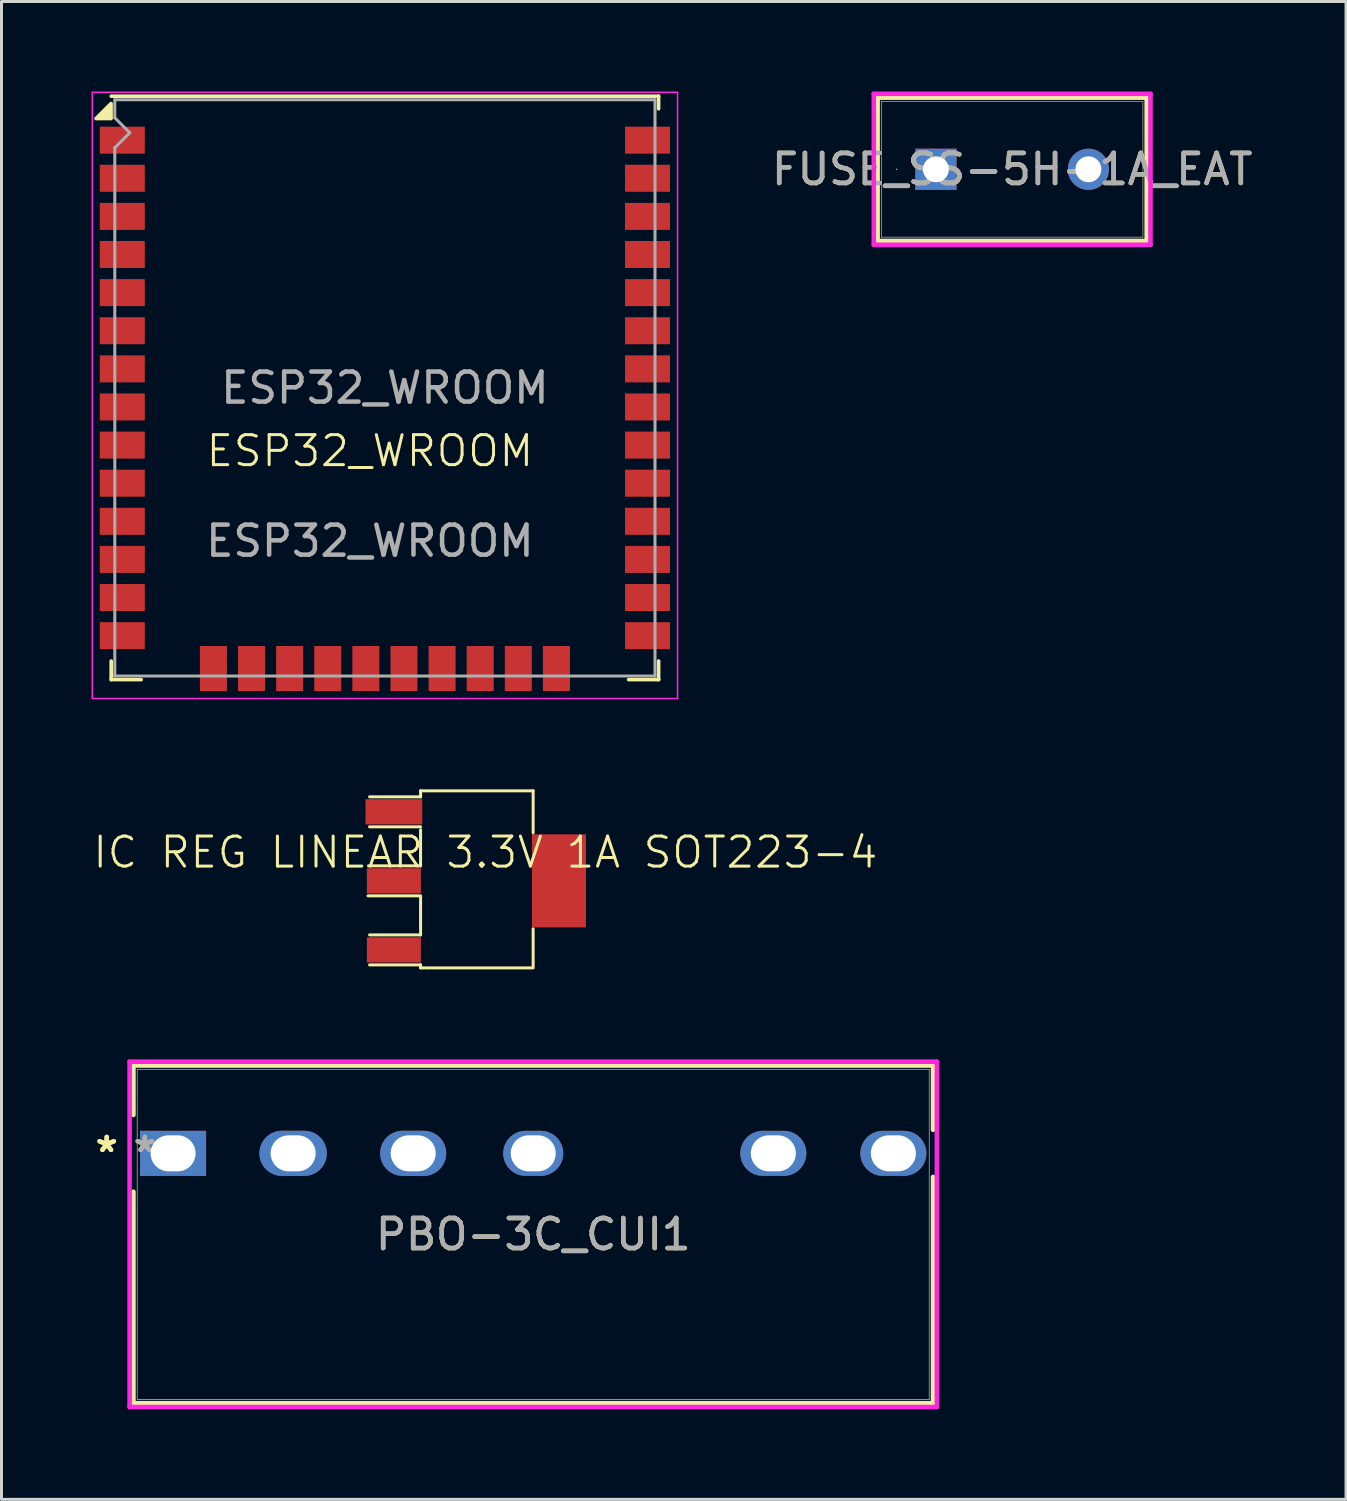
<source format=kicad_pcb>
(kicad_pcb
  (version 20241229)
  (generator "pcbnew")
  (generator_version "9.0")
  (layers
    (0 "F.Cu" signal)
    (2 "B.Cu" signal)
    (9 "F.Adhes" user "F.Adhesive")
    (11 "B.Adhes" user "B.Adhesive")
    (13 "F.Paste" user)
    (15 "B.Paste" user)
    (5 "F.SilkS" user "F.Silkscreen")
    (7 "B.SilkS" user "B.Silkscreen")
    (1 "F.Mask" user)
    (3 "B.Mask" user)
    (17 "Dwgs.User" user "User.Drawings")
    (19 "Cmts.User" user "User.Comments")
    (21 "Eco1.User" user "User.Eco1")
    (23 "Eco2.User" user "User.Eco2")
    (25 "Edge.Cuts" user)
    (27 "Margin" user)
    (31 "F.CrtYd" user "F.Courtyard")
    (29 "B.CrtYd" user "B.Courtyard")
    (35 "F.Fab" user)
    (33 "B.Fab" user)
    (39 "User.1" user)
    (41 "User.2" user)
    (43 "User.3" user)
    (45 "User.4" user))
  (footprint "ESP32_WROOM"
    (layer "F.Cu")
    (at 9.275 12.475)
    (property "Reference" "ESP32_WROOM" (at 0 -0.5 0) (unlocked yes) (layer "F.SilkS") (effects (font (size 1 1) (thickness 0.1))))
    (attr smd)
    (fp_line (start -8.62 -12.32) (end 9.62 -12.32) (stroke (width 0.12) (type solid)) (layer "F.SilkS"))
    (fp_line (start -8.62 6.5) (end -8.62 7.12) (stroke (width 0.12) (type solid)) (layer "F.SilkS"))
    (fp_line (start -8.62 7.12) (end -7.62 7.12) (stroke (width 0.12) (type solid)) (layer "F.SilkS"))
    (fp_line (start 9.62 -12.32) (end 9.62 -11.9) (stroke (width 0.12) (type solid)) (layer "F.SilkS"))
    (fp_line (start 9.62 6.5) (end 9.62 7.12) (stroke (width 0.12) (type solid)) (layer "F.SilkS"))
    (fp_line (start 9.62 7.12) (end 8.62 7.12) (stroke (width 0.12) (type solid)) (layer "F.SilkS"))
    (fp_poly (pts (xy -8.625 -11.575) (xy -9.125 -11.575) (xy -8.625 -12.075) (xy -8.625 -11.575)) (stroke (width 0.12) (type solid)) (fill yes) (layer "F.SilkS"))
    (fp_line (start -9.25 7.75) (end -9.25 -12.45) (stroke (width 0.05) (type solid)) (layer "F.CrtYd"))
    (fp_line (start -9.25 7.75) (end 10.25 7.75) (stroke (width 0.05) (type solid)) (layer "F.CrtYd"))
    (fp_line (start 10.25 -12.45) (end -9.25 -12.45) (stroke (width 0.05) (type solid)) (layer "F.CrtYd"))
    (fp_line (start 10.25 -12.45) (end 10.25 7.75) (stroke (width 0.05) (type solid)) (layer "F.CrtYd"))
    (fp_line (start -8.5 -12.2) (end -8.5 -11.6) (stroke (width 0.1) (type solid)) (layer "F.Fab"))
    (fp_line (start -8.5 -12.2) (end 9.5 -12.2) (stroke (width 0.1) (type solid)) (layer "F.Fab"))
    (fp_line (start -8.5 -10.6) (end -8.5 7) (stroke (width 0.1) (type solid)) (layer "F.Fab"))
    (fp_line (start -8.5 -10.6) (end -8 -11.1) (stroke (width 0.1) (type solid)) (layer "F.Fab"))
    (fp_line (start -8.5 7) (end 9.5 7) (stroke (width 0.1) (type solid)) (layer "F.Fab"))
    (fp_line (start -8 -11.1) (end -8.5 -11.6) (stroke (width 0.1) (type solid)) (layer "F.Fab"))
    (fp_line (start 9.5 7) (end 9.5 -12.2) (stroke (width 0.1) (type solid)) (layer "F.Fab"))
    (fp_text user "${REFERENCE}" (at 0.5 -2.6 0) (layer "F.Fab") (effects (font (size 1 1) (thickness 0.15))))
    (fp_text user "${REFERENCE}" (at 0 2.5 0) (unlocked yes) (layer "F.Fab") (effects (font (size 1 1) (thickness 0.15))))
    (pad "1" smd rect (at -8.25 -10.855) (size 1.5 0.9) (layers "F.Cu" "F.Mask" "F.Paste"))
    (pad "2" smd rect (at -8.25 -9.585) (size 1.5 0.9) (layers "F.Cu" "F.Mask" "F.Paste"))
    (pad "3" smd rect (at -8.25 -8.315) (size 1.5 0.9) (layers "F.Cu" "F.Mask" "F.Paste"))
    (pad "4" smd rect (at -8.25 -7.045) (size 1.5 0.9) (layers "F.Cu" "F.Mask" "F.Paste"))
    (pad "5" smd rect (at -8.25 -5.775) (size 1.5 0.9) (layers "F.Cu" "F.Mask" "F.Paste"))
    (pad "6" smd rect (at -8.25 -4.505) (size 1.5 0.9) (layers "F.Cu" "F.Mask" "F.Paste"))
    (pad "7" smd rect (at -8.25 -3.235) (size 1.5 0.9) (layers "F.Cu" "F.Mask" "F.Paste"))
    (pad "8" smd rect (at -8.25 -1.965) (size 1.5 0.9) (layers "F.Cu" "F.Mask" "F.Paste"))
    (pad "9" smd rect (at -8.25 -0.695) (size 1.5 0.9) (layers "F.Cu" "F.Mask" "F.Paste"))
    (pad "10" smd rect (at -8.25 0.575) (size 1.5 0.9) (layers "F.Cu" "F.Mask" "F.Paste"))
    (pad "11" smd rect (at -8.25 1.845) (size 1.5 0.9) (layers "F.Cu" "F.Mask" "F.Paste"))
    (pad "12" smd rect (at -8.25 3.115) (size 1.5 0.9) (layers "F.Cu" "F.Mask" "F.Paste"))
    (pad "13" smd rect (at -8.25 4.385) (size 1.5 0.9) (layers "F.Cu" "F.Mask" "F.Paste"))
    (pad "14" smd rect (at -8.25 5.655) (size 1.5 0.9) (layers "F.Cu" "F.Mask" "F.Paste"))
    (pad "15" smd rect (at -5.215 6.75 90) (size 1.5 0.9) (layers "F.Cu" "F.Mask" "F.Paste"))
    (pad "16" smd rect (at -3.945 6.75 90) (size 1.5 0.9) (layers "F.Cu" "F.Mask" "F.Paste"))
    (pad "17" smd rect (at -2.675 6.75 90) (size 1.5 0.9) (layers "F.Cu" "F.Mask" "F.Paste"))
    (pad "18" smd rect (at -1.405 6.75 90) (size 1.5 0.9) (layers "F.Cu" "F.Mask" "F.Paste"))
    (pad "19" smd rect (at -0.135 6.75 90) (size 1.5 0.9) (layers "F.Cu" "F.Mask" "F.Paste"))
    (pad "20" smd rect (at 1.135 6.75 90) (size 1.5 0.9) (layers "F.Cu" "F.Mask" "F.Paste"))
    (pad "21" smd rect (at 2.405 6.75 90) (size 1.5 0.9) (layers "F.Cu" "F.Mask" "F.Paste"))
    (pad "22" smd rect (at 3.675 6.75 90) (size 1.5 0.9) (layers "F.Cu" "F.Mask" "F.Paste"))
    (pad "23" smd rect (at 4.945 6.75 90) (size 1.5 0.9) (layers "F.Cu" "F.Mask" "F.Paste"))
    (pad "24" smd rect (at 6.215 6.75 90) (size 1.5 0.9) (layers "F.Cu" "F.Mask" "F.Paste"))
    (pad "25" smd rect (at 9.25 5.655) (size 1.5 0.9) (layers "F.Cu" "F.Mask" "F.Paste"))
    (pad "26" smd rect (at 9.25 4.385) (size 1.5 0.9) (layers "F.Cu" "F.Mask" "F.Paste"))
    (pad "27" smd rect (at 9.25 3.115) (size 1.5 0.9) (layers "F.Cu" "F.Mask" "F.Paste"))
    (pad "28" smd rect (at 9.25 1.845) (size 1.5 0.9) (layers "F.Cu" "F.Mask" "F.Paste"))
    (pad "29" smd rect (at 9.25 0.575) (size 1.5 0.9) (layers "F.Cu" "F.Mask" "F.Paste"))
    (pad "30" smd rect (at 9.25 -0.695) (size 1.5 0.9) (layers "F.Cu" "F.Mask" "F.Paste"))
    (pad "31" smd rect (at 9.25 -1.965) (size 1.5 0.9) (layers "F.Cu" "F.Mask" "F.Paste"))
    (pad "32" smd rect (at 9.25 -3.235) (size 1.5 0.9) (layers "F.Cu" "F.Mask" "F.Paste"))
    (pad "33" smd rect (at 9.25 -4.505) (size 1.5 0.9) (layers "F.Cu" "F.Mask" "F.Paste"))
    (pad "34" smd rect (at 9.25 -5.775) (size 1.5 0.9) (layers "F.Cu" "F.Mask" "F.Paste"))
    (pad "35" smd rect (at 9.25 -7.045) (size 1.5 0.9) (layers "F.Cu" "F.Mask" "F.Paste"))
    (pad "36" smd rect (at 9.25 -8.315) (size 1.5 0.9) (layers "F.Cu" "F.Mask" "F.Paste"))
    (pad "37" smd rect (at 9.25 -9.585) (size 1.5 0.9) (layers "F.Cu" "F.Mask" "F.Paste"))
    (pad "38" smd rect (at 9.25 -10.855) (size 1.5 0.9) (layers "F.Cu" "F.Mask" "F.Paste")))
  (footprint "PBO-3C_CUI1"
    (layer "F.Cu")
    (at 2.717 35.379)
    (property "Reference" "PBO-3C_CUI1" (at 12 2.7 0) (unlocked yes) (layer "F.SilkS") (effects (font (size 1 1) (thickness 0.15))))
    (attr smd)
    (fp_line (start -1.322 -2.926) (end -1.322 -1.279) (stroke (width 0.152) (type solid)) (layer "F.SilkS"))
    (fp_line (start -1.322 1.279) (end -1.322 8.326) (stroke (width 0.152) (type solid)) (layer "F.SilkS"))
    (fp_line (start -1.322 8.326) (end 25.322 8.326) (stroke (width 0.152) (type solid)) (layer "F.SilkS"))
    (fp_line (start 25.322 -2.926) (end -1.322 -2.926) (stroke (width 0.152) (type solid)) (layer "F.SilkS"))
    (fp_line (start 25.322 -0.785) (end 25.322 -2.926) (stroke (width 0.152) (type solid)) (layer "F.SilkS"))
    (fp_line (start 25.322 8.326) (end 25.322 0.785) (stroke (width 0.152) (type solid)) (layer "F.SilkS"))
    (fp_line (start -1.449 -3.053) (end 25.449 -3.053) (stroke (width 0.152) (type solid)) (layer "F.CrtYd"))
    (fp_line (start -1.449 8.453) (end -1.449 -3.053) (stroke (width 0.152) (type solid)) (layer "F.CrtYd"))
    (fp_line (start 25.449 -3.053) (end 25.449 8.453) (stroke (width 0.152) (type solid)) (layer "F.CrtYd"))
    (fp_line (start 25.449 8.453) (end -1.449 8.453) (stroke (width 0.152) (type solid)) (layer "F.CrtYd"))
    (fp_line (start -1.195 -2.799) (end -1.195 8.199) (stroke (width 0.025) (type solid)) (layer "F.Fab"))
    (fp_line (start -1.195 8.199) (end 25.195 8.199) (stroke (width 0.025) (type solid)) (layer "F.Fab"))
    (fp_line (start 25.195 -2.799) (end -1.195 -2.799) (stroke (width 0.025) (type solid)) (layer "F.Fab"))
    (fp_line (start 25.195 8.199) (end 25.195 -2.799) (stroke (width 0.025) (type solid)) (layer "F.Fab"))
    (fp_text user "*" (at -2.211 0 0) (layer "F.SilkS") (effects (font (size 1 1) (thickness 0.15))))
    (fp_text user "*" (at -2.211 0 0) (unlocked yes) (layer "F.SilkS") (effects (font (size 1 1) (thickness 0.15))))
    (fp_text user "${REFERENCE}" (at 12 2.7 0) (unlocked yes) (layer "F.Fab") (effects (font (size 1 1) (thickness 0.15))))
    (fp_text user "*" (at -0.941 0 0) (unlocked yes) (layer "F.Fab") (effects (font (size 1 1) (thickness 0.15))))
    (fp_text user "*" (at -0.941 0 0) (layer "F.Fab") (effects (font (size 1 1) (thickness 0.15))))
    (pad "1" thru_hole rect (at 0 0) (size 2.2 1.5) (drill oval 1.5 1.2) (layers "*.Cu" "*.Mask"))
    (pad "2" thru_hole oval (at 4 0) (size 2.246 1.505) (drill oval 1.5 1.2) (layers "*.Cu" "*.Mask"))
    (pad "3" thru_hole oval (at 8 0) (size 2.2 1.505) (drill oval 1.5 1.2) (layers "*.Cu" "*.Mask"))
    (pad "4" thru_hole oval (at 12 0) (size 2 1.5) (drill oval 1.5 1.2) (layers "*.Cu" "*.Mask"))
    (pad "5" thru_hole oval (at 20 0) (size 2.2 1.5) (drill oval 1.5 1.2) (layers "*.Cu" "*.Mask"))
    (pad "6" thru_hole oval (at 24 0) (size 2.2 1.5) (drill oval 1.5 1.2) (layers "*.Cu" "*.Mask")))
  (footprint "IC REG LINEAR 3.3V 1A SOT223-4"
    (layer "F.Cu")
    (at 12.664 26.3)
    (property "Reference" "IC REG LINEAR 3.3V 1A SOT223-4" (at 0.458 -0.95 0) (unlocked yes) (layer "F.SilkS") (effects (font (size 1 1) (thickness 0.1))))
    (attr smd)
    (fp_line (start -1.75 0.5) (end -3.45 0.5) (stroke (width 0.1) (type default)) (layer "F.SilkS"))
    (fp_line (start -1.701 -1.7) (end -1.701 -0.5) (stroke (width 0.1) (type default)) (layer "F.SilkS"))
    (fp_line (start -1.701 -0.5) (end -3.435 -0.5) (stroke (width 0.1) (type default)) (layer "F.SilkS"))
    (fp_line (start -1.7 -3) (end 2.05 -3) (stroke (width 0.1) (type default)) (layer "F.SilkS"))
    (fp_line (start -1.7 -2.8) (end -3.4 -2.8) (stroke (width 0.1) (type default)) (layer "F.SilkS"))
    (fp_line (start -1.7 -2.8) (end -1.7 -3) (stroke (width 0.1) (type default)) (layer "F.SilkS"))
    (fp_line (start -1.7 -1.8) (end -3.4 -1.8) (stroke (width 0.1) (type default)) (layer "F.SilkS"))
    (fp_line (start -1.7 0.5) (end -1.7 1.8) (stroke (width 0.1) (type default)) (layer "F.SilkS"))
    (fp_line (start -1.7 1.8) (end -3.4 1.8) (stroke (width 0.1) (type default)) (layer "F.SilkS"))
    (fp_line (start -1.7 2.8) (end -3.4 2.8) (stroke (width 0.1) (type default)) (layer "F.SilkS"))
    (fp_line (start -1.7 2.8) (end -1.7 2.9) (stroke (width 0.1) (type default)) (layer "F.SilkS"))
    (fp_line (start -1.7 2.9) (end 2 2.9) (stroke (width 0.1) (type default)) (layer "F.SilkS"))
    (fp_line (start 2.05 -3) (end 2.05 -1.6) (stroke (width 0.1) (type default)) (layer "F.SilkS"))
    (fp_line (start 2.05 2.9) (end 2.05 1.6) (stroke (width 0.1) (type default)) (layer "F.SilkS"))
    (pad "1" smd rect (at -1.7 -2.3 90) (size 0.84 1.89) (drill (offset 0 -0.89)) (layers "F.Cu" "F.Mask" "F.Paste"))
    (pad "2" smd rect (at -1.7 0 270) (size 0.84 1.8) (drill (offset 0 0.89)) (layers "F.Cu" "F.Mask" "F.Paste"))
    (pad "2" smd rect (at 3.4 0 180) (size 1.8 3.1) (drill (offset 0.49 0)) (layers "F.Cu" "F.Mask" "F.Paste"))
    (pad "3" smd rect (at -1.7 2.3 90) (size 0.84 1.8) (drill (offset 0 -0.89)) (layers "F.Cu" "F.Mask" "F.Paste")))
  (footprint "FUSE_SS-5H-1A_EAT"
    (layer "F.Cu")
    (at 28.135 2.591)
    (property "Reference" "FUSE_SS-5H-1A_EAT" (at 2.54 0 0) (unlocked yes) (layer "F.SilkS") (effects (font (size 1 1) (thickness 0.15))))
    (attr through_hole)
    (fp_line (start -1.943 -2.388) (end -1.943 2.388) (stroke (width 0.152) (type solid)) (layer "F.SilkS"))
    (fp_line (start 7.023 -2.388) (end -1.943 -2.388) (stroke (width 0.152) (type solid)) (layer "F.SilkS"))
    (fp_line (start 7.023 -2.388) (end 7.023 2.388) (stroke (width 0.152) (type solid)) (layer "F.SilkS"))
    (fp_line (start 7.023 2.388) (end -1.943 2.388) (stroke (width 0.152) (type solid)) (layer "F.SilkS"))
    (fp_line (start -2.07 -2.515) (end 7.15 -2.515) (stroke (width 0.152) (type solid)) (layer "F.CrtYd"))
    (fp_line (start -2.07 2.515) (end -2.07 -2.515) (stroke (width 0.152) (type solid)) (layer "F.CrtYd"))
    (fp_line (start 7.15 -2.515) (end 7.15 2.515) (stroke (width 0.152) (type solid)) (layer "F.CrtYd"))
    (fp_line (start 7.15 2.515) (end -2.07 2.515) (stroke (width 0.152) (type solid)) (layer "F.CrtYd"))
    (fp_line (start -1.816 -2.261) (end -1.816 2.261) (stroke (width 0.025) (type solid)) (layer "F.Fab"))
    (fp_line (start 6.896 -2.261) (end -1.816 -2.261) (stroke (width 0.025) (type solid)) (layer "F.Fab"))
    (fp_line (start 6.896 -2.261) (end 6.896 2.261) (stroke (width 0.025) (type solid)) (layer "F.Fab"))
    (fp_line (start 6.896 2.261) (end -1.816 2.261) (stroke (width 0.025) (type solid)) (layer "F.Fab"))
    (fp_circle (center -1.308 0) (end -1.308 0) (stroke (width 0.025) (type solid)) (fill no) (layer "F.Fab"))
    (fp_text user "${REFERENCE}" (at 2.54 0 0) (unlocked yes) (layer "F.Fab") (effects (font (size 1 1) (thickness 0.15))))
    (pad "1" thru_hole rect (at 0 0) (size 1.372 1.372) (drill 0.864) (layers "*.Cu" "*.Mask"))
    (pad "2" thru_hole circle (at 5.08 0) (size 1.372 1.372) (drill 0.864) (layers "*.Cu" "*.Mask")))
  (gr_rect
    (start -3 -3)
    (end 41.8 46.909)
    (stroke (width 0.1) (type default))
    (fill no)
    (layer "Edge.Cuts")))
</source>
